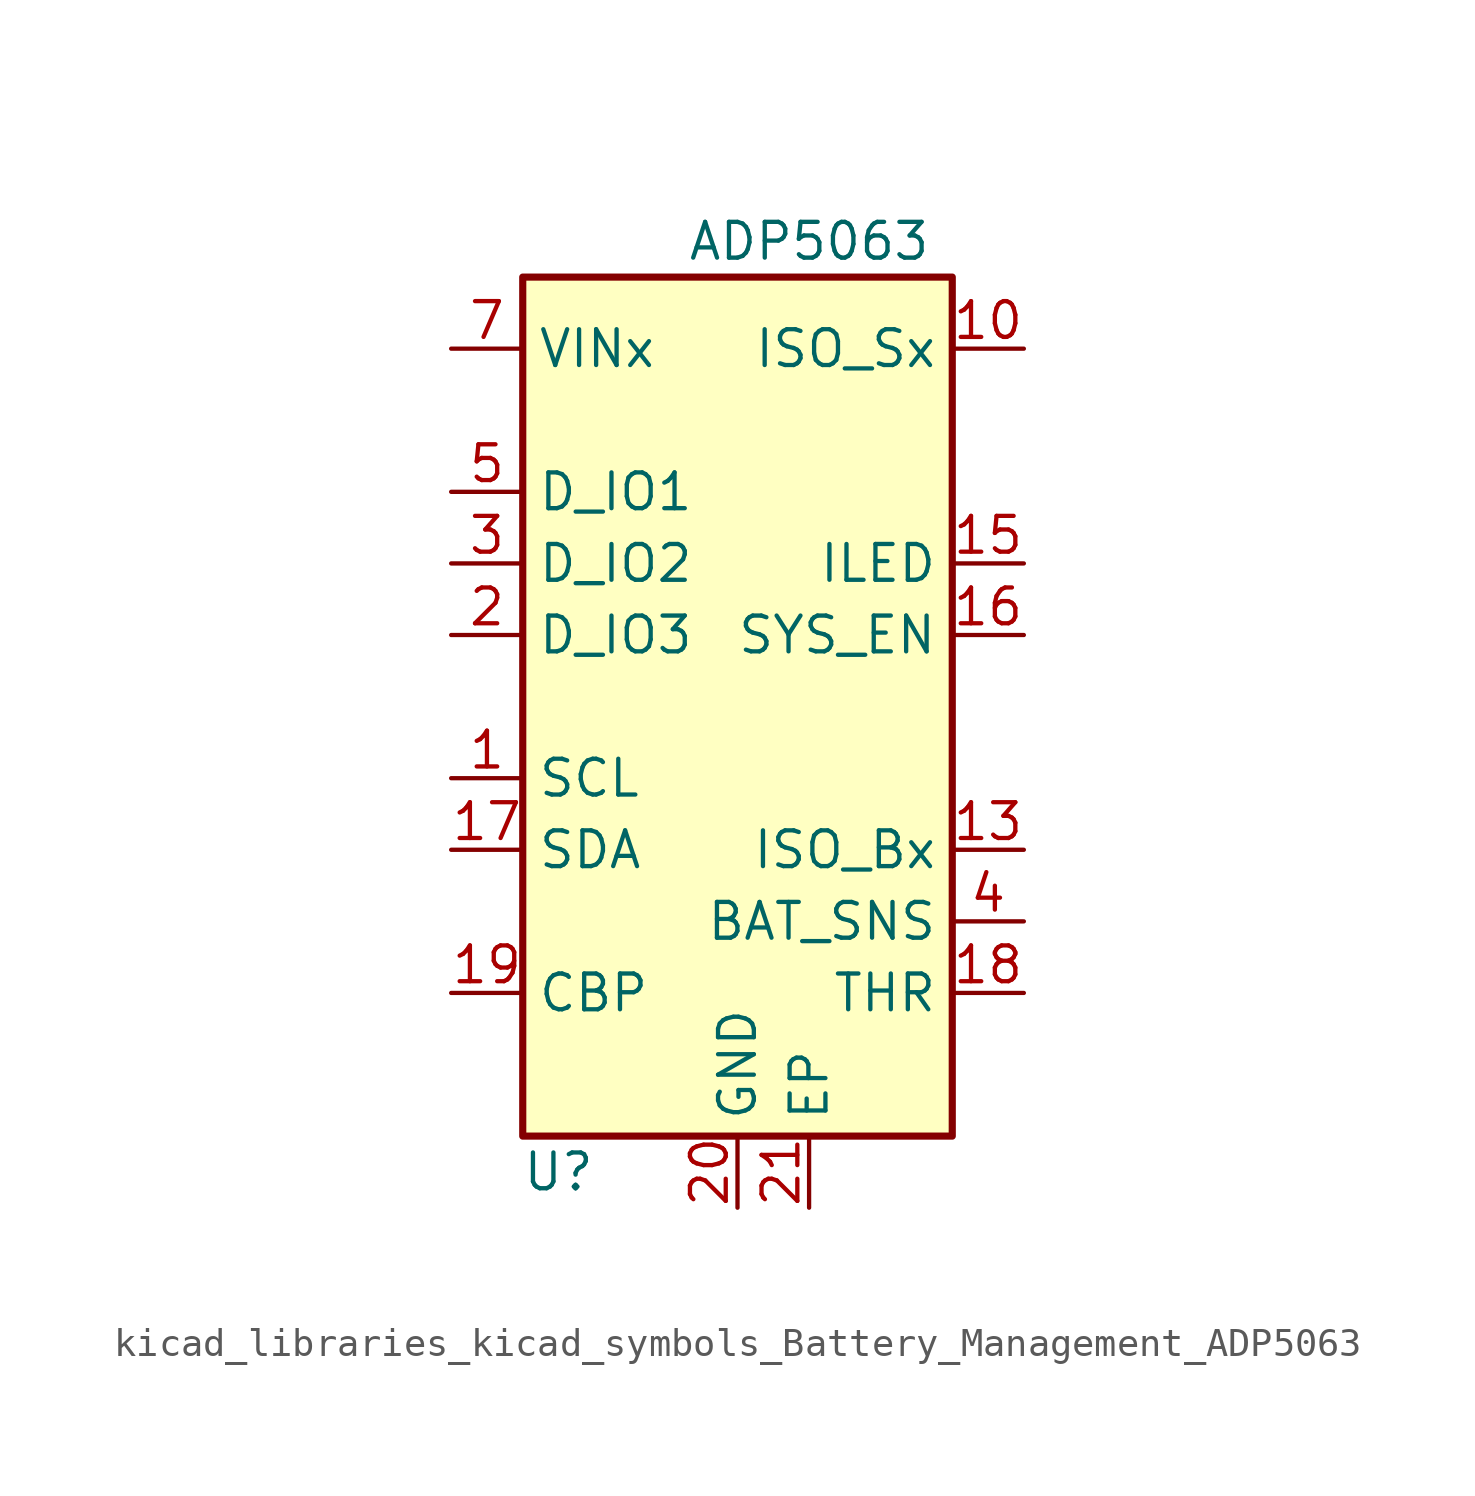
<source format=kicad_sym>
(kicad_symbol_lib
  (version 20220914)
  (generator kicad_symbol_editor)
  (symbol "kicad_libraries_kicad_symbols_Battery_Management_ADP5063"
    (property "Reference" "U"
      (at -6.35 -16.51 0)
      (effects (font (size 1.27 1.27))))
    (property "Value" "ADP5063"
      (at 2.54 16.51 0)
      (effects (font (size 1.27 1.27))))
    (symbol "kicad_libraries_kicad_symbols_Battery_Management_ADP5063_1_1"
      (rectangle (start -7.62 15.24) (end 7.62 -15.24) (stroke (width 0.254) (type default)) (fill (type background)))
      (pin input line (at -10.16 -2.54 0) (length 2.54) (name "SCL" (effects (font (size 1.27 1.27)))) (number "1" (effects (font (size 1.27 1.27)))))
      (pin power_out line (at 10.16 12.7 180) (length 2.54) (name "ISO_Sx" (effects (font (size 1.27 1.27)))) (number "10" (effects (font (size 1.27 1.27)))))
      (pin passive line (at 10.16 12.7 180) (length 2.54) hide (name "ISO_Sx" (effects (font (size 1.27 1.27)))) (number "11" (effects (font (size 1.27 1.27)))))
      (pin passive line (at 10.16 -5.08 180) (length 2.54) hide (name "ISO_Bx" (effects (font (size 1.27 1.27)))) (number "12" (effects (font (size 1.27 1.27)))))
      (pin passive line (at 10.16 -5.08 180) (length 2.54) (name "ISO_Bx" (effects (font (size 1.27 1.27)))) (number "13" (effects (font (size 1.27 1.27)))))
      (pin passive line (at 10.16 -5.08 180) (length 2.54) hide (name "ISO_Bx" (effects (font (size 1.27 1.27)))) (number "14" (effects (font (size 1.27 1.27)))))
      (pin open_collector line (at 10.16 5.08 180) (length 2.54) (name "ILED" (effects (font (size 1.27 1.27)))) (number "15" (effects (font (size 1.27 1.27)))))
      (pin open_collector line (at 10.16 2.54 180) (length 2.54) (name "SYS_EN" (effects (font (size 1.27 1.27)))) (number "16" (effects (font (size 1.27 1.27)))))
      (pin bidirectional line (at -10.16 -5.08 0) (length 2.54) (name "SDA" (effects (font (size 1.27 1.27)))) (number "17" (effects (font (size 1.27 1.27)))))
      (pin passive line (at 10.16 -10.16 180) (length 2.54) (name "THR" (effects (font (size 1.27 1.27)))) (number "18" (effects (font (size 1.27 1.27)))))
      (pin passive line (at -10.16 -10.16 0) (length 2.54) (name "CBP" (effects (font (size 1.27 1.27)))) (number "19" (effects (font (size 1.27 1.27)))))
      (pin bidirectional line (at -10.16 2.54 0) (length 2.54) (name "D_IO3" (effects (font (size 1.27 1.27)))) (number "2" (effects (font (size 1.27 1.27)))))
      (pin power_in line (at 0 -17.78 90) (length 2.54) (name "GND" (effects (font (size 1.27 1.27)))) (number "20" (effects (font (size 1.27 1.27)))))
      (pin passive line (at 2.54 -17.78 90) (length 2.54) (name "EP" (effects (font (size 1.27 1.27)))) (number "21" (effects (font (size 1.27 1.27)))))
      (pin bidirectional line (at -10.16 5.08 0) (length 2.54) (name "D_IO2" (effects (font (size 1.27 1.27)))) (number "3" (effects (font (size 1.27 1.27)))))
      (pin passive line (at 10.16 -7.62 180) (length 2.54) (name "BAT_SNS" (effects (font (size 1.27 1.27)))) (number "4" (effects (font (size 1.27 1.27)))))
      (pin bidirectional line (at -10.16 7.62 0) (length 2.54) (name "D_IO1" (effects (font (size 1.27 1.27)))) (number "5" (effects (font (size 1.27 1.27)))))
      (pin input line (at -10.16 12.7 0) (length 2.54) hide (name "VINx" (effects (font (size 1.27 1.27)))) (number "6" (effects (font (size 1.27 1.27)))))
      (pin input line (at -10.16 12.7 0) (length 2.54) (name "VINx" (effects (font (size 1.27 1.27)))) (number "7" (effects (font (size 1.27 1.27)))))
      (pin input line (at -10.16 12.7 0) (length 2.54) hide (name "VINx" (effects (font (size 1.27 1.27)))) (number "8" (effects (font (size 1.27 1.27)))))
      (pin passive line (at 10.16 12.7 180) (length 2.54) hide (name "ISO_Sx" (effects (font (size 1.27 1.27)))) (number "9" (effects (font (size 1.27 1.27))))))))
</source>
